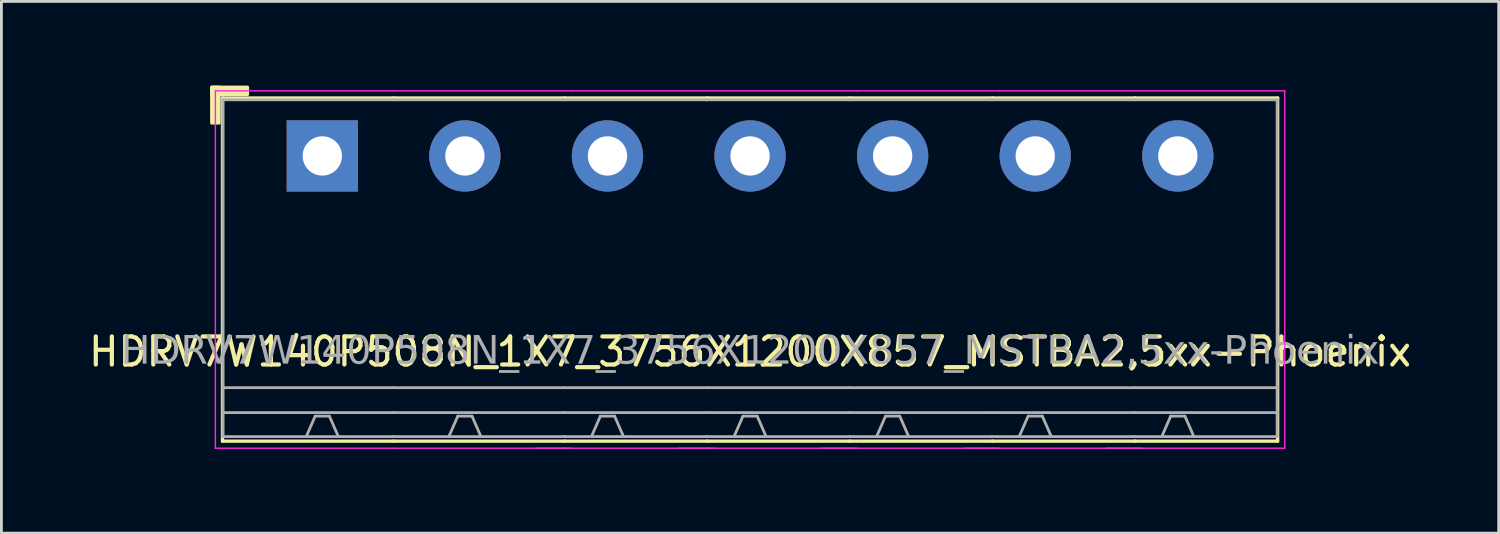
<source format=kicad_pcb>
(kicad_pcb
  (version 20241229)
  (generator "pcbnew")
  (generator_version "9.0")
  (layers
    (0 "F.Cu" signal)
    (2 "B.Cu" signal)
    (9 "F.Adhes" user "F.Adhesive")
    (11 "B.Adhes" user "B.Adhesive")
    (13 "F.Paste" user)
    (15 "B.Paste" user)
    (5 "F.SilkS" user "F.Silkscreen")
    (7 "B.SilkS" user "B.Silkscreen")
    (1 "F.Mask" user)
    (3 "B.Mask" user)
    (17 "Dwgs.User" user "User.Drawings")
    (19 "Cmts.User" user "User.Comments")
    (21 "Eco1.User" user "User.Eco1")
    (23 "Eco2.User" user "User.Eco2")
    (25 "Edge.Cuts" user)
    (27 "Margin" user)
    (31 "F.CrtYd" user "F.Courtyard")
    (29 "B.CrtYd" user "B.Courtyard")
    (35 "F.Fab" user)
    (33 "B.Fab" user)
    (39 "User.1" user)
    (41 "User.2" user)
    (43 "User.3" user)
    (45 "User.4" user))
  (footprint "HDRV7W140P508N_1X7_3756X1200X857_MSTBA2,5xx-Phoenix"
    (layer "F.Cu")
    (at 23.673 2.506)
    (property "Reference" "HDRV7W140P508N_1X7_3756X1200X857_MSTBA2,5xx-Phoenix" (at 0 6.975 0) (layer "F.SilkS") (effects (font (size 1 1) (thickness 0.15))))
    (attr through_hole)
    (fp_line (start -18.796 -2.065) (end -18.796 10.16) (stroke (width 0.12) (type solid)) (layer "F.SilkS"))
    (fp_line (start -18.796 10.16) (end -12.7 10.16) (stroke (width 0.12) (type solid)) (layer "F.SilkS"))
    (fp_line (start -12.7 -2.065) (end -18.796 -2.065) (stroke (width 0.12) (type solid)) (layer "F.SilkS"))
    (fp_line (start -12.7 -2.065) (end -6.604 -2.065) (stroke (width 0.12) (type solid)) (layer "F.SilkS"))
    (fp_line (start -6.604 -2.065) (end -1.524 -2.065) (stroke (width 0.12) (type solid)) (layer "F.SilkS"))
    (fp_line (start -6.604 10.16) (end -12.7 10.16) (stroke (width 0.12) (type solid)) (layer "F.SilkS"))
    (fp_line (start -1.524 -2.065) (end 3.556 -2.065) (stroke (width 0.12) (type solid)) (layer "F.SilkS"))
    (fp_line (start -1.524 10.16) (end -6.604 10.16) (stroke (width 0.12) (type solid)) (layer "F.SilkS"))
    (fp_line (start 3.556 -2.065) (end 8.636 -2.065) (stroke (width 0.12) (type solid)) (layer "F.SilkS"))
    (fp_line (start 3.556 10.16) (end -1.524 10.16) (stroke (width 0.12) (type solid)) (layer "F.SilkS"))
    (fp_line (start 8.636 -2.065) (end 13.716 -2.065) (stroke (width 0.12) (type solid)) (layer "F.SilkS"))
    (fp_line (start 8.636 10.16) (end 3.556 10.16) (stroke (width 0.12) (type solid)) (layer "F.SilkS"))
    (fp_line (start 13.716 -2.065) (end 18.796 -2.065) (stroke (width 0.12) (type solid)) (layer "F.SilkS"))
    (fp_line (start 13.716 10.16) (end 8.636 10.16) (stroke (width 0.12) (type solid)) (layer "F.SilkS"))
    (fp_line (start 18.796 -2.065) (end 18.796 10.16) (stroke (width 0.12) (type solid)) (layer "F.SilkS"))
    (fp_line (start 18.796 10.16) (end 13.716 10.16) (stroke (width 0.12) (type solid)) (layer "F.SilkS"))
    (fp_rect (start -19.177 -2.446) (end -18.923 -1.176) (stroke (width 0.12) (type solid)) (fill yes) (layer "F.SilkS"))
    (fp_rect (start -19.177 -2.446) (end -17.907 -2.192) (stroke (width 0.12) (type solid)) (fill yes) (layer "F.SilkS"))
    (fp_line (start -19.05 10.414) (end -19.05 -2.319) (stroke (width 0.05) (type solid)) (layer "F.CrtYd"))
    (fp_line (start -12.7 -2.319) (end -19.05 -2.319) (stroke (width 0.05) (type solid)) (layer "F.CrtYd"))
    (fp_line (start -12.7 -2.319) (end -6.35 -2.319) (stroke (width 0.05) (type solid)) (layer "F.CrtYd"))
    (fp_line (start -12.7 10.414) (end -19.05 10.414) (stroke (width 0.05) (type solid)) (layer "F.CrtYd"))
    (fp_line (start -12.7 10.414) (end -6.35 10.414) (stroke (width 0.05) (type solid)) (layer "F.CrtYd"))
    (fp_line (start -7.62 10.414) (end -1.27 10.414) (stroke (width 0.05) (type solid)) (layer "F.CrtYd"))
    (fp_line (start -6.35 -2.319) (end -1.27 -2.319) (stroke (width 0.05) (type solid)) (layer "F.CrtYd"))
    (fp_line (start -2.54 10.414) (end 3.81 10.414) (stroke (width 0.05) (type solid)) (layer "F.CrtYd"))
    (fp_line (start -1.27 -2.319) (end 3.81 -2.319) (stroke (width 0.05) (type solid)) (layer "F.CrtYd"))
    (fp_line (start 2.54 10.414) (end 8.89 10.414) (stroke (width 0.05) (type solid)) (layer "F.CrtYd"))
    (fp_line (start 3.81 -2.319) (end 8.89 -2.319) (stroke (width 0.05) (type solid)) (layer "F.CrtYd"))
    (fp_line (start 7.62 10.414) (end 13.97 10.414) (stroke (width 0.05) (type solid)) (layer "F.CrtYd"))
    (fp_line (start 8.89 -2.319) (end 13.97 -2.319) (stroke (width 0.05) (type solid)) (layer "F.CrtYd"))
    (fp_line (start 12.7 10.414) (end 19.05 10.414) (stroke (width 0.05) (type solid)) (layer "F.CrtYd"))
    (fp_line (start 13.97 -2.319) (end 19.05 -2.319) (stroke (width 0.05) (type solid)) (layer "F.CrtYd"))
    (fp_line (start 19.05 10.414) (end 19.05 -2.319) (stroke (width 0.05) (type solid)) (layer "F.CrtYd"))
    (fp_line (start -18.78 -2) (end -18.78 10) (stroke (width 0.1) (type solid)) (layer "F.Fab"))
    (fp_line (start -15.494 9.271) (end -15.812 10) (stroke (width 0.1) (type default)) (layer "F.Fab"))
    (fp_line (start -14.986 9.271) (end -15.494 9.271) (stroke (width 0.1) (type default)) (layer "F.Fab"))
    (fp_line (start -14.986 9.271) (end -14.668 10) (stroke (width 0.1) (type default)) (layer "F.Fab"))
    (fp_line (start -12.7 -2) (end -18.78 -2) (stroke (width 0.1) (type solid)) (layer "F.Fab"))
    (fp_line (start -12.7 -2) (end -6.62 -2) (stroke (width 0.1) (type solid)) (layer "F.Fab"))
    (fp_line (start -12.7 8.255) (end -18.78 8.255) (stroke (width 0.1) (type solid)) (layer "F.Fab"))
    (fp_line (start -12.7 8.255) (end -6.62 8.255) (stroke (width 0.1) (type solid)) (layer "F.Fab"))
    (fp_line (start -12.7 9.144) (end -18.78 9.144) (stroke (width 0.1) (type solid)) (layer "F.Fab"))
    (fp_line (start -12.7 9.144) (end -6.62 9.144) (stroke (width 0.1) (type solid)) (layer "F.Fab"))
    (fp_line (start -12.7 10) (end -18.78 10) (stroke (width 0.1) (type solid)) (layer "F.Fab"))
    (fp_line (start -12.7 10) (end -6.62 10) (stroke (width 0.1) (type solid)) (layer "F.Fab"))
    (fp_line (start -10.414 9.271) (end -10.732 10) (stroke (width 0.1) (type default)) (layer "F.Fab"))
    (fp_line (start -9.906 9.271) (end -10.414 9.271) (stroke (width 0.1) (type default)) (layer "F.Fab"))
    (fp_line (start -9.906 9.271) (end -9.588 10) (stroke (width 0.1) (type default)) (layer "F.Fab"))
    (fp_line (start -6.62 -2) (end -1.54 -2) (stroke (width 0.1) (type solid)) (layer "F.Fab"))
    (fp_line (start -6.62 8.255) (end -1.54 8.255) (stroke (width 0.1) (type solid)) (layer "F.Fab"))
    (fp_line (start -6.62 9.144) (end -1.54 9.144) (stroke (width 0.1) (type solid)) (layer "F.Fab"))
    (fp_line (start -6.62 10) (end -1.54 10) (stroke (width 0.1) (type solid)) (layer "F.Fab"))
    (fp_line (start -5.334 9.271) (end -5.652 10) (stroke (width 0.1) (type default)) (layer "F.Fab"))
    (fp_line (start -4.826 9.271) (end -5.334 9.271) (stroke (width 0.1) (type default)) (layer "F.Fab"))
    (fp_line (start -4.826 9.271) (end -4.508 10) (stroke (width 0.1) (type default)) (layer "F.Fab"))
    (fp_line (start -1.54 -2) (end 3.54 -2) (stroke (width 0.1) (type solid)) (layer "F.Fab"))
    (fp_line (start -1.54 8.255) (end 3.54 8.255) (stroke (width 0.1) (type solid)) (layer "F.Fab"))
    (fp_line (start -1.54 9.144) (end 3.54 9.144) (stroke (width 0.1) (type solid)) (layer "F.Fab"))
    (fp_line (start -1.54 10) (end 3.54 10) (stroke (width 0.1) (type solid)) (layer "F.Fab"))
    (fp_line (start -0.254 9.271) (end -0.572 10) (stroke (width 0.1) (type default)) (layer "F.Fab"))
    (fp_line (start 0.254 9.271) (end -0.254 9.271) (stroke (width 0.1) (type default)) (layer "F.Fab"))
    (fp_line (start 0.254 9.271) (end 0.572 10) (stroke (width 0.1) (type default)) (layer "F.Fab"))
    (fp_line (start 3.54 -2) (end 8.62 -2) (stroke (width 0.1) (type solid)) (layer "F.Fab"))
    (fp_line (start 3.54 8.255) (end 8.62 8.255) (stroke (width 0.1) (type solid)) (layer "F.Fab"))
    (fp_line (start 3.54 9.144) (end 8.62 9.144) (stroke (width 0.1) (type solid)) (layer "F.Fab"))
    (fp_line (start 3.54 10) (end 8.62 10) (stroke (width 0.1) (type solid)) (layer "F.Fab"))
    (fp_line (start 4.826 9.271) (end 4.508 10) (stroke (width 0.1) (type default)) (layer "F.Fab"))
    (fp_line (start 5.334 9.271) (end 4.826 9.271) (stroke (width 0.1) (type default)) (layer "F.Fab"))
    (fp_line (start 5.334 9.271) (end 5.652 10) (stroke (width 0.1) (type default)) (layer "F.Fab"))
    (fp_line (start 8.62 -2) (end 13.7 -2) (stroke (width 0.1) (type solid)) (layer "F.Fab"))
    (fp_line (start 8.62 8.255) (end 13.7 8.255) (stroke (width 0.1) (type solid)) (layer "F.Fab"))
    (fp_line (start 8.62 9.144) (end 13.7 9.144) (stroke (width 0.1) (type solid)) (layer "F.Fab"))
    (fp_line (start 8.62 10) (end 13.7 10) (stroke (width 0.1) (type solid)) (layer "F.Fab"))
    (fp_line (start 9.906 9.271) (end 9.588 10) (stroke (width 0.1) (type default)) (layer "F.Fab"))
    (fp_line (start 10.414 9.271) (end 9.906 9.271) (stroke (width 0.1) (type default)) (layer "F.Fab"))
    (fp_line (start 10.414 9.271) (end 10.732 10) (stroke (width 0.1) (type default)) (layer "F.Fab"))
    (fp_line (start 13.7 -2) (end 18.78 -2) (stroke (width 0.1) (type solid)) (layer "F.Fab"))
    (fp_line (start 13.7 8.255) (end 18.78 8.255) (stroke (width 0.1) (type solid)) (layer "F.Fab"))
    (fp_line (start 13.7 9.144) (end 18.78 9.144) (stroke (width 0.1) (type solid)) (layer "F.Fab"))
    (fp_line (start 13.7 10) (end 18.78 10) (stroke (width 0.1) (type solid)) (layer "F.Fab"))
    (fp_line (start 14.986 9.271) (end 14.668 10) (stroke (width 0.1) (type default)) (layer "F.Fab"))
    (fp_line (start 15.494 9.271) (end 14.986 9.271) (stroke (width 0.1) (type default)) (layer "F.Fab"))
    (fp_line (start 15.494 9.271) (end 15.812 10) (stroke (width 0.1) (type default)) (layer "F.Fab"))
    (fp_line (start 18.78 -2) (end 18.78 10) (stroke (width 0.1) (type solid)) (layer "F.Fab"))
    (fp_rect (start -15.494 -0.254) (end -14.986 0.254) (stroke (width 0.1) (type solid)) (fill no) (layer "F.Fab"))
    (fp_rect (start -9.906 -0.254) (end -10.414 0.254) (stroke (width 0.1) (type solid)) (fill no) (layer "F.Fab"))
    (fp_rect (start -4.826 -0.254) (end -5.334 0.254) (stroke (width 0.1) (type solid)) (fill no) (layer "F.Fab"))
    (fp_rect (start 0.254 -0.254) (end -0.254 0.254) (stroke (width 0.1) (type solid)) (fill no) (layer "F.Fab"))
    (fp_rect (start 5.334 -0.254) (end 4.826 0.254) (stroke (width 0.1) (type solid)) (fill no) (layer "F.Fab"))
    (fp_rect (start 10.414 -0.254) (end 9.906 0.254) (stroke (width 0.1) (type solid)) (fill no) (layer "F.Fab"))
    (fp_rect (start 15.494 -0.254) (end 14.986 0.254) (stroke (width 0.1) (type solid)) (fill no) (layer "F.Fab"))
    (fp_text user "${REFERENCE}" (at 0 6.985 0) (layer "F.Fab") (effects (font (face "Tahoma") (size 1 1) (thickness 0.15))))
    (pad "1" thru_hole rect (at -15.24 0) (size 2.54 2.54) (drill 1.4) (layers "*.Cu" "*.Mask"))
    (pad "2" thru_hole circle (at -10.16 0) (size 2.54 2.54) (drill 1.4) (layers "*.Cu" "*.Mask"))
    (pad "3" thru_hole circle (at -5.08 0) (size 2.54 2.54) (drill 1.4) (layers "*.Cu" "*.Mask"))
    (pad "4" thru_hole circle (at 0 0) (size 2.54 2.54) (drill 1.4) (layers "*.Cu" "*.Mask"))
    (pad "5" thru_hole circle (at 5.08 0) (size 2.54 2.54) (drill 1.4) (layers "*.Cu" "*.Mask"))
    (pad "6" thru_hole circle (at 10.16 0) (size 2.54 2.54) (drill 1.4) (layers "*.Cu" "*.Mask"))
    (pad "7" thru_hole circle (at 15.24 0) (size 2.54 2.54) (drill 1.4) (layers "*.Cu" "*.Mask")))
  (gr_rect
    (start -3 -3)
    (end 50.345 15.945)
    (stroke (width 0.1) (type default))
    (fill no)
    (layer "Edge.Cuts")))
</source>
